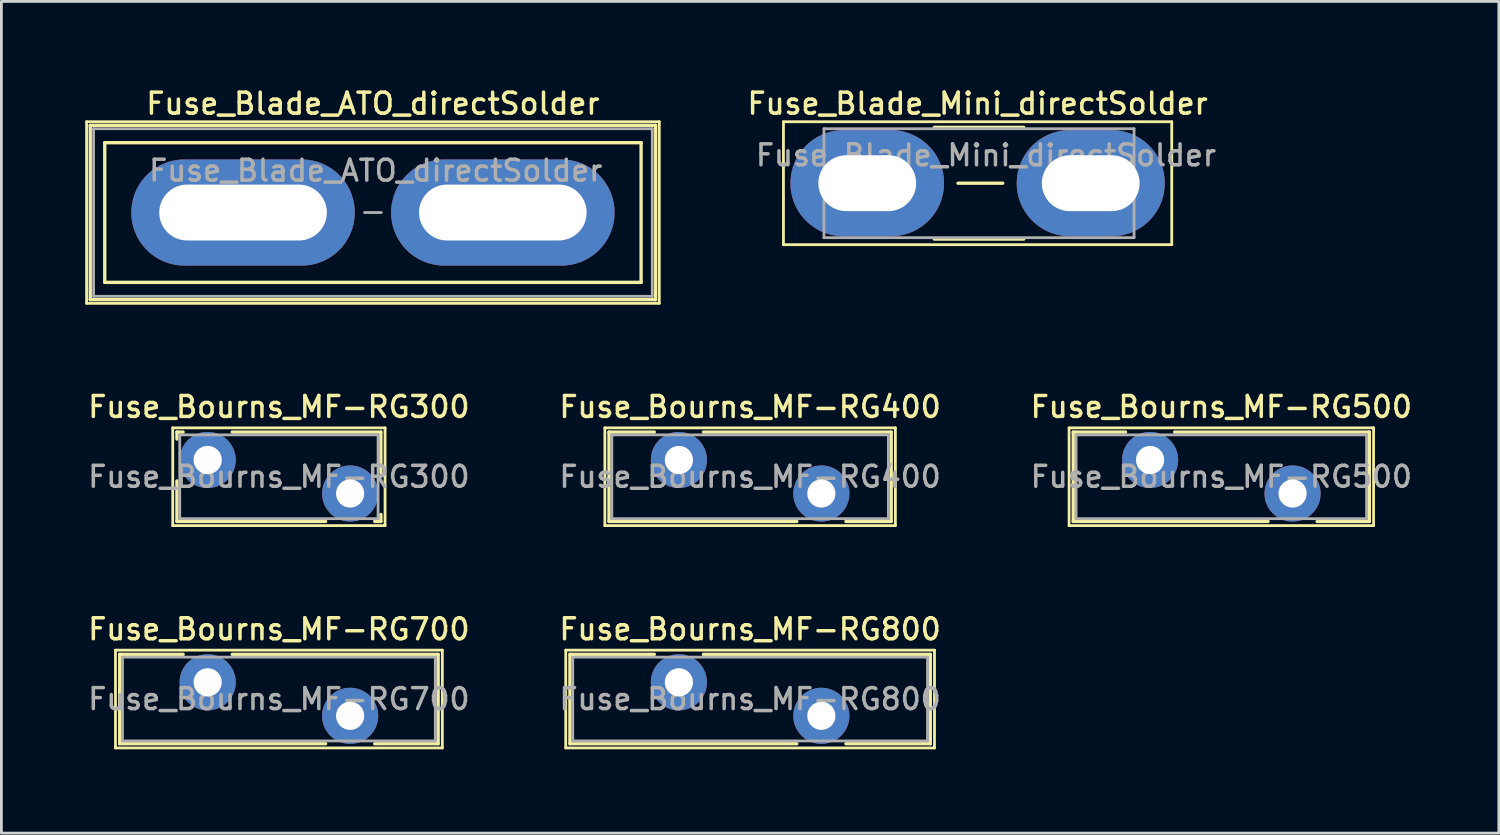
<source format=kicad_pcb>
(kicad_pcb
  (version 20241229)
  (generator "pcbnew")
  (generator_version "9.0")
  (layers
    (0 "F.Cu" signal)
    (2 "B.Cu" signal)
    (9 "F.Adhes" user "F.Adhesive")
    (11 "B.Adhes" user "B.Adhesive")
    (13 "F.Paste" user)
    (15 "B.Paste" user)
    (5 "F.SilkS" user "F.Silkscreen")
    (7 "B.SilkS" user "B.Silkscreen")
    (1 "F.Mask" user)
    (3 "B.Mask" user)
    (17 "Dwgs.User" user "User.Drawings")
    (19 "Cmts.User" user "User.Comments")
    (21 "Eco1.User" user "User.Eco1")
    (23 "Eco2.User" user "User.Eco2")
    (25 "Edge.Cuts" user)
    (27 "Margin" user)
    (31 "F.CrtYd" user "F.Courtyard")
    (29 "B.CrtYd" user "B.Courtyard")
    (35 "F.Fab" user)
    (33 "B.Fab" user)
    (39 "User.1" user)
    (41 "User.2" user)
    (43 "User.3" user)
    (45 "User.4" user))
  (footprint "Fuse_Bourns_MF-RG800"
    (layer "F.Cu")
    (at 21.252 21.374)
    (property "Reference" "Fuse_Bourns_MF-RG800" (at 2.55 -1.9 0) (layer "F.SilkS") (effects (font (size 0.75 0.75) (thickness 0.125))))
    (attr through_hole)
    (fp_line (start -4.05 -1.15) (end -4.05 2.35) (stroke (width 0.1) (type solid)) (layer "F.SilkS"))
    (fp_line (start -4.05 2.35) (end 9.15 2.35) (stroke (width 0.1) (type solid)) (layer "F.SilkS"))
    (fp_line (start -3.9 -1) (end -3.9 2.2) (stroke (width 0.12) (type solid)) (layer "F.SilkS"))
    (fp_line (start -3.9 -1) (end -0.879 -1) (stroke (width 0.12) (type solid)) (layer "F.SilkS"))
    (fp_line (start -3.9 2.2) (end 4.222 2.2) (stroke (width 0.12) (type solid)) (layer "F.SilkS"))
    (fp_line (start 0.879 -1) (end 9 -1) (stroke (width 0.12) (type solid)) (layer "F.SilkS"))
    (fp_line (start 5.979 2.2) (end 9 2.2) (stroke (width 0.12) (type solid)) (layer "F.SilkS"))
    (fp_line (start 9 -1) (end 9 2.2) (stroke (width 0.12) (type solid)) (layer "F.SilkS"))
    (fp_line (start 9.15 -1.15) (end -4.05 -1.15) (stroke (width 0.1) (type solid)) (layer "F.SilkS"))
    (fp_line (start 9.15 2.35) (end 9.15 -1.15) (stroke (width 0.1) (type solid)) (layer "F.SilkS"))
    (fp_line (start -3.8 -0.9) (end -3.8 2.1) (stroke (width 0.1) (type solid)) (layer "F.Fab"))
    (fp_line (start -3.8 2.1) (end 8.9 2.1) (stroke (width 0.1) (type solid)) (layer "F.Fab"))
    (fp_line (start 8.9 -0.9) (end -3.8 -0.9) (stroke (width 0.1) (type solid)) (layer "F.Fab"))
    (fp_line (start 8.9 2.1) (end 8.9 -0.9) (stroke (width 0.1) (type solid)) (layer "F.Fab"))
    (fp_text user "${REFERENCE}" (at 2.55 0.6 0) (layer "F.Fab") (effects (font (size 0.75 0.75) (thickness 0.125))))
    (pad "1" thru_hole circle (at 0 0) (size 2.01 2.01) (drill 1.01) (layers "*.Cu" "*.Mask"))
    (pad "2" thru_hole circle (at 5.1 1.2) (size 2.01 2.01) (drill 1.01) (layers "*.Cu" "*.Mask")))
  (footprint "Fuse_Blade_ATO_directSolder"
    (layer "F.Cu")
    (at 5.65 4.558)
    (property "Reference" "Fuse_Blade_ATO_directSolder" (at 4.65 -3.9 0) (layer "F.SilkS") (effects (font (size 0.75 0.75) (thickness 0.125))))
    (attr through_hole)
    (fp_line (start -5.6 -3.25) (end -5.6 3.25) (stroke (width 0.1) (type solid)) (layer "F.SilkS"))
    (fp_line (start -5.6 -3.25) (end 14.9 -3.25) (stroke (width 0.1) (type solid)) (layer "F.SilkS"))
    (fp_line (start -5.47 -3.12) (end -5.47 3.12) (stroke (width 0.12) (type solid)) (layer "F.SilkS"))
    (fp_line (start -5.47 -3.12) (end 14.77 -3.12) (stroke (width 0.12) (type solid)) (layer "F.SilkS"))
    (fp_line (start -4.95 -2.5) (end 14.25 -2.5) (stroke (width 0.12) (type solid)) (layer "F.SilkS"))
    (fp_line (start -4.95 2.5) (end -4.95 -2.5) (stroke (width 0.12) (type solid)) (layer "F.SilkS"))
    (fp_line (start 14.25 -2.5) (end 14.25 2.5) (stroke (width 0.12) (type solid)) (layer "F.SilkS"))
    (fp_line (start 14.25 2.5) (end -4.95 2.5) (stroke (width 0.12) (type solid)) (layer "F.SilkS"))
    (fp_line (start 14.77 3.12) (end -5.47 3.12) (stroke (width 0.12) (type solid)) (layer "F.SilkS"))
    (fp_line (start 14.77 3.12) (end 14.77 -3.12) (stroke (width 0.12) (type solid)) (layer "F.SilkS"))
    (fp_line (start 14.9 3.25) (end -5.6 3.25) (stroke (width 0.1) (type solid)) (layer "F.SilkS"))
    (fp_line (start 14.9 3.25) (end 14.9 -3.25) (stroke (width 0.1) (type solid)) (layer "F.SilkS"))
    (fp_line (start -5.35 -3) (end 14.65 -3) (stroke (width 0.1) (type solid)) (layer "F.Fab"))
    (fp_line (start -5.35 3) (end -5.35 -3) (stroke (width 0.1) (type solid)) (layer "F.Fab"))
    (fp_line (start 4.95 0) (end 4.35 0) (stroke (width 0.1) (type solid)) (layer "F.Fab"))
    (fp_line (start 14.65 -3) (end 14.65 3) (stroke (width 0.1) (type solid)) (layer "F.Fab"))
    (fp_line (start 14.65 3) (end -5.35 3) (stroke (width 0.1) (type solid)) (layer "F.Fab"))
    (fp_text user "${REFERENCE}" (at 4.75 -1.5 0) (layer "F.Fab") (effects (font (size 0.75 0.75) (thickness 0.125))))
    (pad "1" thru_hole oval (at 0 0) (size 8 3.8) (drill oval 6 2) (layers "*.Cu" "*.Mask"))
    (pad "2" thru_hole oval (at 9.3 0) (size 8 3.8) (drill oval 6 2) (layers "*.Cu" "*.Mask")))
  (footprint "Fuse_Bourns_MF-RG400"
    (layer "F.Cu")
    (at 21.252 13.416)
    (property "Reference" "Fuse_Bourns_MF-RG400" (at 2.55 -1.9 0) (layer "F.SilkS") (effects (font (size 0.75 0.75) (thickness 0.125))))
    (attr through_hole)
    (fp_line (start -2.65 -1.15) (end -2.65 2.35) (stroke (width 0.1) (type solid)) (layer "F.SilkS"))
    (fp_line (start -2.65 2.35) (end 7.75 2.35) (stroke (width 0.1) (type solid)) (layer "F.SilkS"))
    (fp_line (start -2.501 -1) (end -2.501 2.2) (stroke (width 0.12) (type solid)) (layer "F.SilkS"))
    (fp_line (start -2.501 -1) (end -0.879 -1) (stroke (width 0.12) (type solid)) (layer "F.SilkS"))
    (fp_line (start -2.501 2.2) (end 4.222 2.2) (stroke (width 0.12) (type solid)) (layer "F.SilkS"))
    (fp_line (start 0.879 -1) (end 7.6 -1) (stroke (width 0.12) (type solid)) (layer "F.SilkS"))
    (fp_line (start 5.979 2.2) (end 7.6 2.2) (stroke (width 0.12) (type solid)) (layer "F.SilkS"))
    (fp_line (start 7.6 -1) (end 7.6 2.2) (stroke (width 0.12) (type solid)) (layer "F.SilkS"))
    (fp_line (start 7.75 -1.15) (end -2.65 -1.15) (stroke (width 0.1) (type solid)) (layer "F.SilkS"))
    (fp_line (start 7.75 2.35) (end 7.75 -1.15) (stroke (width 0.1) (type solid)) (layer "F.SilkS"))
    (fp_line (start -2.4 -0.9) (end -2.4 2.1) (stroke (width 0.1) (type solid)) (layer "F.Fab"))
    (fp_line (start -2.4 2.1) (end 7.5 2.1) (stroke (width 0.1) (type solid)) (layer "F.Fab"))
    (fp_line (start 7.5 -0.9) (end -2.4 -0.9) (stroke (width 0.1) (type solid)) (layer "F.Fab"))
    (fp_line (start 7.5 2.1) (end 7.5 -0.9) (stroke (width 0.1) (type solid)) (layer "F.Fab"))
    (fp_text user "${REFERENCE}" (at 2.55 0.6 0) (layer "F.Fab") (effects (font (size 0.75 0.75) (thickness 0.125))))
    (pad "1" thru_hole circle (at 0 0) (size 2.01 2.01) (drill 1.01) (layers "*.Cu" "*.Mask"))
    (pad "2" thru_hole circle (at 5.1 1.2) (size 2.01 2.01) (drill 1.01) (layers "*.Cu" "*.Mask")))
  (footprint "Fuse_Blade_Mini_directSolder"
    (layer "F.Cu")
    (at 27.995 3.508)
    (property "Reference" "Fuse_Blade_Mini_directSolder" (at 3.95 -2.85 0) (layer "F.SilkS") (effects (font (size 0.75 0.75) (thickness 0.125))))
    (attr through_hole)
    (fp_line (start -3 -2.2) (end -3 2.2) (stroke (width 0.1) (type solid)) (layer "F.SilkS"))
    (fp_line (start -3 -2.2) (end 10.9 -2.2) (stroke (width 0.1) (type solid)) (layer "F.SilkS"))
    (fp_line (start 2.4 -2) (end 5.6 -2) (stroke (width 0.12) (type solid)) (layer "F.SilkS"))
    (fp_line (start 3.25 0) (end 4.85 0) (stroke (width 0.12) (type solid)) (layer "F.SilkS"))
    (fp_line (start 5.6 2) (end 2.4 2) (stroke (width 0.12) (type solid)) (layer "F.SilkS"))
    (fp_line (start 10.9 2.2) (end -3 2.2) (stroke (width 0.1) (type solid)) (layer "F.SilkS"))
    (fp_line (start 10.9 2.2) (end 10.9 -2.2) (stroke (width 0.1) (type solid)) (layer "F.SilkS"))
    (fp_line (start -1.55 -1.95) (end 9.55 -1.95) (stroke (width 0.1) (type solid)) (layer "F.Fab"))
    (fp_line (start -1.55 1.95) (end -1.55 -1.95) (stroke (width 0.1) (type solid)) (layer "F.Fab"))
    (fp_line (start 9.55 -1.95) (end 9.55 1.95) (stroke (width 0.1) (type solid)) (layer "F.Fab"))
    (fp_line (start 9.55 1.95) (end -1.55 1.95) (stroke (width 0.1) (type solid)) (layer "F.Fab"))
    (fp_text user "${REFERENCE}" (at 4.25 -1 0) (layer "F.Fab") (effects (font (size 0.75 0.75) (thickness 0.125))))
    (pad "1" thru_hole oval (at 0 0) (size 5.5 3.8) (drill oval 3.5 2) (layers "*.Cu" "*.Mask"))
    (pad "2" thru_hole oval (at 8 0) (size 5.3 3.8) (drill oval 3.5 2) (layers "*.Cu" "*.Mask")))
  (footprint "Fuse_Bourns_MF-RG300"
    (layer "F.Cu")
    (at 4.384 13.416)
    (property "Reference" "Fuse_Bourns_MF-RG300" (at 2.55 -1.9 0) (layer "F.SilkS") (effects (font (size 0.75 0.75) (thickness 0.125))))
    (attr through_hole)
    (fp_line (start -1.25 -1.15) (end -1.25 2.35) (stroke (width 0.1) (type solid)) (layer "F.SilkS"))
    (fp_line (start -1.25 2.35) (end 6.35 2.35) (stroke (width 0.1) (type solid)) (layer "F.SilkS"))
    (fp_line (start -1.1 -1) (end -1.1 -0.75) (stroke (width 0.12) (type solid)) (layer "F.SilkS"))
    (fp_line (start -1.1 -1) (end -0.879 -1) (stroke (width 0.12) (type solid)) (layer "F.SilkS"))
    (fp_line (start -1.1 0.75) (end -1.1 2.2) (stroke (width 0.12) (type solid)) (layer "F.SilkS"))
    (fp_line (start -1.1 2.2) (end 4.222 2.2) (stroke (width 0.12) (type solid)) (layer "F.SilkS"))
    (fp_line (start 0.879 -1) (end 6.2 -1) (stroke (width 0.12) (type solid)) (layer "F.SilkS"))
    (fp_line (start 5.979 2.2) (end 6.2 2.2) (stroke (width 0.12) (type solid)) (layer "F.SilkS"))
    (fp_line (start 6.2 -1) (end 6.2 0.451) (stroke (width 0.12) (type solid)) (layer "F.SilkS"))
    (fp_line (start 6.2 1.95) (end 6.2 2.2) (stroke (width 0.12) (type solid)) (layer "F.SilkS"))
    (fp_line (start 6.35 -1.15) (end -1.25 -1.15) (stroke (width 0.1) (type solid)) (layer "F.SilkS"))
    (fp_line (start 6.35 2.35) (end 6.35 -1.15) (stroke (width 0.1) (type solid)) (layer "F.SilkS"))
    (fp_line (start -1 -0.9) (end -1 2.1) (stroke (width 0.1) (type solid)) (layer "F.Fab"))
    (fp_line (start -1 2.1) (end 6.1 2.1) (stroke (width 0.1) (type solid)) (layer "F.Fab"))
    (fp_line (start 6.1 -0.9) (end -1 -0.9) (stroke (width 0.1) (type solid)) (layer "F.Fab"))
    (fp_line (start 6.1 2.1) (end 6.1 -0.9) (stroke (width 0.1) (type solid)) (layer "F.Fab"))
    (fp_text user "${REFERENCE}" (at 2.55 0.6 0) (layer "F.Fab") (effects (font (size 0.75 0.75) (thickness 0.125))))
    (pad "1" thru_hole circle (at 0 0) (size 2.01 2.01) (drill 1.01) (layers "*.Cu" "*.Mask"))
    (pad "2" thru_hole circle (at 5.1 1.2) (size 2.01 2.01) (drill 1.01) (layers "*.Cu" "*.Mask")))
  (footprint "Fuse_Bourns_MF-RG500"
    (layer "F.Cu")
    (at 38.12 13.416)
    (property "Reference" "Fuse_Bourns_MF-RG500" (at 2.55 -1.9 0) (layer "F.SilkS") (effects (font (size 0.75 0.75) (thickness 0.125))))
    (attr through_hole)
    (fp_line (start -2.9 -1.15) (end -2.9 2.35) (stroke (width 0.1) (type solid)) (layer "F.SilkS"))
    (fp_line (start -2.9 2.35) (end 8 2.35) (stroke (width 0.1) (type solid)) (layer "F.SilkS"))
    (fp_line (start -2.751 -1) (end -2.751 2.2) (stroke (width 0.12) (type solid)) (layer "F.SilkS"))
    (fp_line (start -2.751 -1) (end -0.879 -1) (stroke (width 0.12) (type solid)) (layer "F.SilkS"))
    (fp_line (start -2.751 2.2) (end 4.222 2.2) (stroke (width 0.12) (type solid)) (layer "F.SilkS"))
    (fp_line (start 0.879 -1) (end 7.85 -1) (stroke (width 0.12) (type solid)) (layer "F.SilkS"))
    (fp_line (start 5.979 2.2) (end 7.85 2.2) (stroke (width 0.12) (type solid)) (layer "F.SilkS"))
    (fp_line (start 7.85 -1) (end 7.85 2.2) (stroke (width 0.12) (type solid)) (layer "F.SilkS"))
    (fp_line (start 8 -1.15) (end -2.9 -1.15) (stroke (width 0.1) (type solid)) (layer "F.SilkS"))
    (fp_line (start 8 2.35) (end 8 -1.15) (stroke (width 0.1) (type solid)) (layer "F.SilkS"))
    (fp_line (start -2.65 -0.9) (end -2.65 2.1) (stroke (width 0.1) (type solid)) (layer "F.Fab"))
    (fp_line (start -2.65 2.1) (end 7.75 2.1) (stroke (width 0.1) (type solid)) (layer "F.Fab"))
    (fp_line (start 7.75 -0.9) (end -2.65 -0.9) (stroke (width 0.1) (type solid)) (layer "F.Fab"))
    (fp_line (start 7.75 2.1) (end 7.75 -0.9) (stroke (width 0.1) (type solid)) (layer "F.Fab"))
    (fp_text user "${REFERENCE}" (at 2.55 0.6 0) (layer "F.Fab") (effects (font (size 0.75 0.75) (thickness 0.125))))
    (pad "1" thru_hole circle (at 0 0) (size 2.01 2.01) (drill 1.01) (layers "*.Cu" "*.Mask"))
    (pad "2" thru_hole circle (at 5.1 1.2) (size 2.01 2.01) (drill 1.01) (layers "*.Cu" "*.Mask")))
  (footprint "Fuse_Bourns_MF-RG700"
    (layer "F.Cu")
    (at 4.384 21.374)
    (property "Reference" "Fuse_Bourns_MF-RG700" (at 2.55 -1.9 0) (layer "F.SilkS") (effects (font (size 0.75 0.75) (thickness 0.125))))
    (attr through_hole)
    (fp_line (start -3.3 -1.15) (end -3.3 2.35) (stroke (width 0.1) (type solid)) (layer "F.SilkS"))
    (fp_line (start -3.3 2.35) (end 8.4 2.35) (stroke (width 0.1) (type solid)) (layer "F.SilkS"))
    (fp_line (start -3.15 -1) (end -3.15 2.2) (stroke (width 0.12) (type solid)) (layer "F.SilkS"))
    (fp_line (start -3.15 -1) (end -0.879 -1) (stroke (width 0.12) (type solid)) (layer "F.SilkS"))
    (fp_line (start -3.15 2.2) (end 4.222 2.2) (stroke (width 0.12) (type solid)) (layer "F.SilkS"))
    (fp_line (start 0.879 -1) (end 8.25 -1) (stroke (width 0.12) (type solid)) (layer "F.SilkS"))
    (fp_line (start 5.979 2.2) (end 8.25 2.2) (stroke (width 0.12) (type solid)) (layer "F.SilkS"))
    (fp_line (start 8.25 -1) (end 8.25 2.2) (stroke (width 0.12) (type solid)) (layer "F.SilkS"))
    (fp_line (start 8.4 -1.15) (end -3.3 -1.15) (stroke (width 0.1) (type solid)) (layer "F.SilkS"))
    (fp_line (start 8.4 2.35) (end 8.4 -1.15) (stroke (width 0.1) (type solid)) (layer "F.SilkS"))
    (fp_line (start -3.05 -0.9) (end -3.05 2.1) (stroke (width 0.1) (type solid)) (layer "F.Fab"))
    (fp_line (start -3.05 2.1) (end 8.15 2.1) (stroke (width 0.1) (type solid)) (layer "F.Fab"))
    (fp_line (start 8.15 -0.9) (end -3.05 -0.9) (stroke (width 0.1) (type solid)) (layer "F.Fab"))
    (fp_line (start 8.15 2.1) (end 8.15 -0.9) (stroke (width 0.1) (type solid)) (layer "F.Fab"))
    (fp_text user "${REFERENCE}" (at 2.55 0.6 0) (layer "F.Fab") (effects (font (size 0.75 0.75) (thickness 0.125))))
    (pad "1" thru_hole circle (at 0 0) (size 2.01 2.01) (drill 1.01) (layers "*.Cu" "*.Mask"))
    (pad "2" thru_hole circle (at 5.1 1.2) (size 2.01 2.01) (drill 1.01) (layers "*.Cu" "*.Mask")))
  (gr_rect
    (start -3 -3)
    (end 50.604 26.774)
    (stroke (width 0.1) (type default))
    (fill no)
    (layer "Edge.Cuts")))
</source>
